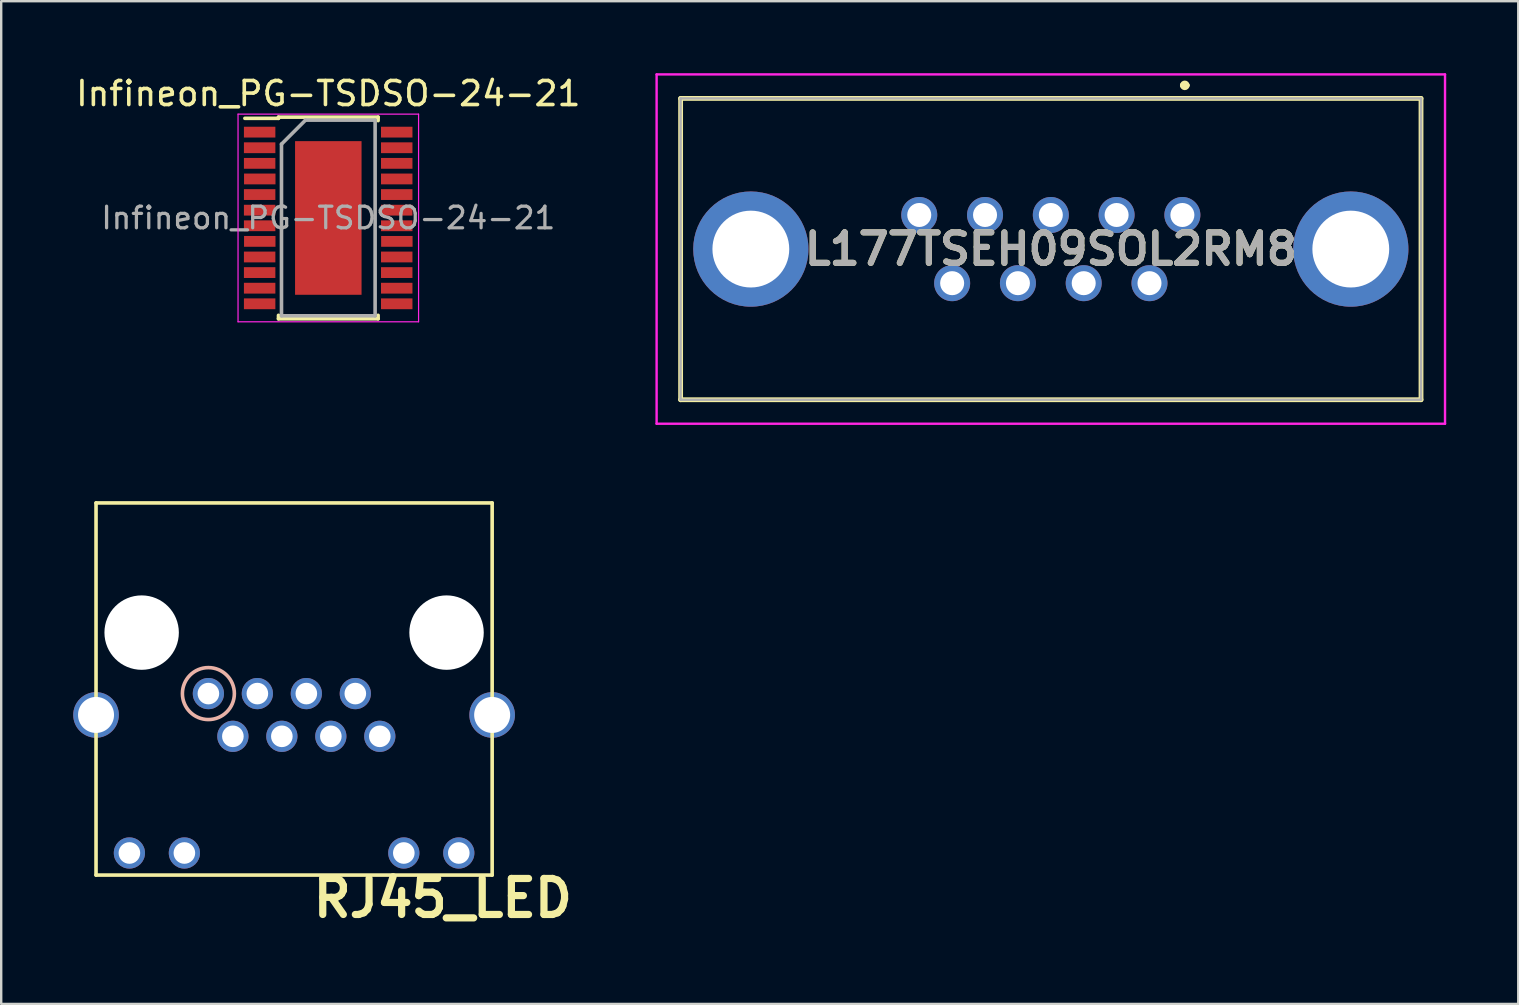
<source format=kicad_pcb>
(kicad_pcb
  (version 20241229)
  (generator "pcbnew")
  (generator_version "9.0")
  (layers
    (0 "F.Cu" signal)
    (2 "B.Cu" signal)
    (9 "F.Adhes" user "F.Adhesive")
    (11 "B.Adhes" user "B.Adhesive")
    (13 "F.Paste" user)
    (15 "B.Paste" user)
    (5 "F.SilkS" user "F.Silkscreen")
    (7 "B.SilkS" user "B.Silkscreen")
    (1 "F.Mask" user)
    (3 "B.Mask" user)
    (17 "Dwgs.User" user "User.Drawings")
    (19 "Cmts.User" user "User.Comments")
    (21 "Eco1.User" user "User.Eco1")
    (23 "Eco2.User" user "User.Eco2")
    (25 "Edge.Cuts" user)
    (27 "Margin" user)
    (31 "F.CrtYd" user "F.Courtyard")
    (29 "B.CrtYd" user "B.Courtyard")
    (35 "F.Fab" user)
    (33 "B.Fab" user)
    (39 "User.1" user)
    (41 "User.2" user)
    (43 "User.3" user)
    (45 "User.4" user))
  (footprint "Infineon_PG-TSDSO-24-21"
    (layer "F.Cu")
    (at 10.625 6.029)
    (property "Reference" "Infineon_PG-TSDSO-24-21" (at 0 -5.181 0) (layer "F.SilkS") (effects (font (size 1 1) (thickness 0.15))))
    (attr smd)
    (fp_line (start -2.075 -4.2) (end -2.075 -4.15) (stroke (width 0.15) (type solid)) (layer "F.SilkS"))
    (fp_line (start -2.075 -4.2) (end 2.075 -4.2) (stroke (width 0.15) (type solid)) (layer "F.SilkS"))
    (fp_line (start -2.075 -4.15) (end -3.475 -4.15) (stroke (width 0.15) (type solid)) (layer "F.SilkS"))
    (fp_line (start -2.075 4.2) (end -2.075 4.055) (stroke (width 0.15) (type solid)) (layer "F.SilkS"))
    (fp_line (start -2.075 4.2) (end 2.075 4.2) (stroke (width 0.15) (type solid)) (layer "F.SilkS"))
    (fp_line (start 2.075 -4.2) (end 2.075 -4.055) (stroke (width 0.15) (type solid)) (layer "F.SilkS"))
    (fp_line (start 2.075 4.2) (end 2.075 4.055) (stroke (width 0.15) (type solid)) (layer "F.SilkS"))
    (fp_line (start -3.76 -4.325) (end -3.76 4.325) (stroke (width 0.05) (type solid)) (layer "F.CrtYd"))
    (fp_line (start -3.76 -4.325) (end 3.76 -4.325) (stroke (width 0.05) (type solid)) (layer "F.CrtYd"))
    (fp_line (start -3.76 4.325) (end 3.76 4.325) (stroke (width 0.05) (type solid)) (layer "F.CrtYd"))
    (fp_line (start 3.76 -4.325) (end 3.76 4.325) (stroke (width 0.05) (type solid)) (layer "F.CrtYd"))
    (fp_line (start -1.95 -3.075) (end -0.95 -4.075) (stroke (width 0.15) (type solid)) (layer "F.Fab"))
    (fp_line (start -1.95 4.075) (end -1.95 -3.075) (stroke (width 0.15) (type solid)) (layer "F.Fab"))
    (fp_line (start -0.95 -4.075) (end 1.95 -4.075) (stroke (width 0.15) (type solid)) (layer "F.Fab"))
    (fp_line (start 1.95 -4.075) (end 1.95 4.075) (stroke (width 0.15) (type solid)) (layer "F.Fab"))
    (fp_line (start 1.95 4.075) (end -1.95 4.075) (stroke (width 0.15) (type solid)) (layer "F.Fab"))
    (fp_text user "${REFERENCE}" (at 0 0 0) (layer "F.Fab") (effects (font (size 0.9 0.9) (thickness 0.135))))
    (pad "" smd rect (at 0 -1.075) (size 2.65 1.85) (layers "F.Paste"))
    (pad "" smd rect (at 0 1.075) (size 2.65 1.85) (layers "F.Paste"))
    (pad "1" smd rect (at -2.86 -3.575) (size 1.31 0.45) (layers "F.Cu" "F.Mask" "F.Paste"))
    (pad "2" smd rect (at -2.86 -2.925) (size 1.31 0.45) (layers "F.Cu" "F.Mask" "F.Paste"))
    (pad "3" smd rect (at -2.86 -2.275) (size 1.31 0.45) (layers "F.Cu" "F.Mask" "F.Paste"))
    (pad "4" smd rect (at -2.855 -1.625) (size 1.31 0.45) (layers "F.Cu" "F.Mask" "F.Paste"))
    (pad "5" smd rect (at -2.86 -0.975) (size 1.31 0.45) (layers "F.Cu" "F.Mask" "F.Paste"))
    (pad "6" smd rect (at -2.86 -0.325) (size 1.31 0.45) (layers "F.Cu" "F.Mask" "F.Paste"))
    (pad "7" smd rect (at -2.86 0.325) (size 1.31 0.45) (layers "F.Cu" "F.Mask" "F.Paste"))
    (pad "8" smd rect (at -2.855 0.975) (size 1.31 0.45) (layers "F.Cu" "F.Mask" "F.Paste"))
    (pad "9" smd rect (at -2.86 1.625) (size 1.31 0.45) (layers "F.Cu" "F.Mask" "F.Paste"))
    (pad "10" smd rect (at -2.86 2.275) (size 1.31 0.45) (layers "F.Cu" "F.Mask" "F.Paste"))
    (pad "11" smd rect (at -2.86 2.925) (size 1.31 0.45) (layers "F.Cu" "F.Mask" "F.Paste"))
    (pad "12" smd rect (at -2.86 3.575) (size 1.31 0.45) (layers "F.Cu" "F.Mask" "F.Paste"))
    (pad "13" smd rect (at 2.85 3.575) (size 1.31 0.45) (layers "F.Cu" "F.Mask" "F.Paste"))
    (pad "14" smd rect (at 2.85 2.925) (size 1.31 0.45) (layers "F.Cu" "F.Mask" "F.Paste"))
    (pad "15" smd rect (at 2.85 2.275) (size 1.31 0.45) (layers "F.Cu" "F.Mask" "F.Paste"))
    (pad "16" smd rect (at 2.85 1.625) (size 1.31 0.45) (layers "F.Cu" "F.Mask" "F.Paste"))
    (pad "17" smd rect (at 2.855 0.975) (size 1.31 0.45) (layers "F.Cu" "F.Mask" "F.Paste"))
    (pad "18" smd rect (at 2.85 0.325) (size 1.31 0.45) (layers "F.Cu" "F.Mask" "F.Paste"))
    (pad "19" smd rect (at 2.85 -0.325) (size 1.31 0.45) (layers "F.Cu" "F.Mask" "F.Paste"))
    (pad "20" smd rect (at 2.85 -0.975) (size 1.31 0.45) (layers "F.Cu" "F.Mask" "F.Paste"))
    (pad "21" smd rect (at 2.85 -1.625) (size 1.31 0.45) (layers "F.Cu" "F.Mask" "F.Paste"))
    (pad "22" smd rect (at 2.85 -2.275) (size 1.31 0.45) (layers "F.Cu" "F.Mask" "F.Paste"))
    (pad "23" smd rect (at 2.85 -2.925) (size 1.31 0.45) (layers "F.Cu" "F.Mask" "F.Paste"))
    (pad "24" smd rect (at 2.85 -3.575) (size 1.31 0.45) (layers "F.Cu" "F.Mask" "F.Paste"))
    (pad "25" smd rect (at 0 0) (size 2.77 6.4) (layers "F.Cu" "F.Mask")))
  (footprint "RJ45_LED"
    (layer "F.Cu")
    (at 9.2 17.9)
    (property "Reference" "RJ45_LED" (at 6.194 16.462 0) (layer "F.SilkS") (effects (font (size 1.5 1.5) (thickness 0.3))))
    (attr through_hole)
    (fp_line (start -8.25 0) (end -8.25 15.5) (stroke (width 0.15) (type solid)) (layer "F.SilkS"))
    (fp_line (start -8.25 15.5) (end 8.25 15.5) (stroke (width 0.15) (type solid)) (layer "F.SilkS"))
    (fp_line (start 8.25 0) (end -8.25 0) (stroke (width 0.15) (type solid)) (layer "F.SilkS"))
    (fp_line (start 8.25 15.5) (end 8.25 0) (stroke (width 0.15) (type solid)) (layer "F.SilkS"))
    (fp_circle (center -3.57 7.94) (end -3.556 6.858) (stroke (width 0.15) (type solid)) (fill no) (layer "B.SilkS"))
    (pad "" np_thru_hole circle (at -6.35 5.4) (size 3.1 3.1) (drill 3.1) (layers "*.Cu" "*.Mask"))
    (pad "" np_thru_hole circle (at 6.35 5.4) (size 3.1 3.1) (drill 3.1) (layers "*.Cu" "*.Mask"))
    (pad "1" thru_hole circle (at -3.57 7.94) (size 1.3 1.3) (drill 0.9) (layers "*.Cu" "*.Mask"))
    (pad "2" thru_hole circle (at -2.55 9.72) (size 1.3 1.3) (drill 0.9) (layers "*.Cu" "*.Mask"))
    (pad "3" thru_hole circle (at -1.53 7.94) (size 1.3 1.3) (drill 0.9) (layers "*.Cu" "*.Mask"))
    (pad "4" thru_hole circle (at -0.51 9.72) (size 1.3 1.3) (drill 0.9) (layers "*.Cu" "*.Mask"))
    (pad "5" thru_hole circle (at 0.51 7.94) (size 1.3 1.3) (drill 0.9) (layers "*.Cu" "*.Mask"))
    (pad "6" thru_hole circle (at 1.53 9.72) (size 1.3 1.3) (drill 0.9) (layers "*.Cu" "*.Mask"))
    (pad "7" thru_hole circle (at 2.55 7.94) (size 1.3 1.3) (drill 0.9) (layers "*.Cu" "*.Mask"))
    (pad "8" thru_hole circle (at 3.57 9.72) (size 1.3 1.3) (drill 0.9) (layers "*.Cu" "*.Mask"))
    (pad "9" thru_hole circle (at 4.57 14.58) (size 1.3 1.3) (drill 0.9) (layers "*.Cu" "*.Mask"))
    (pad "10" thru_hole circle (at 6.86 14.58) (size 1.3 1.3) (drill 0.9) (layers "*.Cu" "*.Mask"))
    (pad "11" thru_hole circle (at -6.86 14.58) (size 1.3 1.3) (drill 0.9) (layers "*.Cu" "*.Mask"))
    (pad "12" thru_hole circle (at -4.57 14.58) (size 1.3 1.3) (drill 0.9) (layers "*.Cu" "*.Mask"))
    (pad "13" thru_hole circle (at -8.25 8.83) (size 1.9 1.9) (drill 1.5) (layers "*.Cu" "*.Mask"))
    (pad "13" thru_hole circle (at 8.25 8.83) (size 1.9 1.9) (drill 1.5) (layers "*.Cu" "*.Mask")))
  (footprint "L177TSEH09SOL2RM8"
    (layer "F.Cu")
    (at 46.2 5.905)
    (property "Reference" "L177TSEH09SOL2RM8" (at -5.48 1.42 0) (layer "F.SilkS") (effects (font (size 1.27 1.27) (thickness 0.254))))
    (attr through_hole)
    (fp_line (start -20.9 -4.855) (end 9.94 -4.855) (stroke (width 0.2) (type solid)) (layer "F.SilkS"))
    (fp_line (start -20.9 7.695) (end -20.9 -4.855) (stroke (width 0.2) (type solid)) (layer "F.SilkS"))
    (fp_line (start 0 -5.4) (end 0 -5.4) (stroke (width 0.2) (type solid)) (layer "F.SilkS"))
    (fp_line (start 0.2 -5.4) (end 0.2 -5.4) (stroke (width 0.2) (type solid)) (layer "F.SilkS"))
    (fp_line (start 9.94 -4.855) (end 9.94 7.695) (stroke (width 0.2) (type solid)) (layer "F.SilkS"))
    (fp_line (start 9.94 7.695) (end -20.9 7.695) (stroke (width 0.2) (type solid)) (layer "F.SilkS"))
    (fp_arc (start 0 -5.4) (mid 0.1 -5.5) (end 0.2 -5.4) (stroke (width 0.2) (type solid)) (layer "F.SilkS"))
    (fp_arc (start 0.2 -5.4) (mid 0.1 -5.3) (end 0 -5.4) (stroke (width 0.2) (type solid)) (layer "F.SilkS"))
    (fp_line (start -21.9 -5.855) (end 10.94 -5.855) (stroke (width 0.1) (type solid)) (layer "F.CrtYd"))
    (fp_line (start -21.9 8.695) (end -21.9 -5.855) (stroke (width 0.1) (type solid)) (layer "F.CrtYd"))
    (fp_line (start 10.94 -5.855) (end 10.94 8.695) (stroke (width 0.1) (type solid)) (layer "F.CrtYd"))
    (fp_line (start 10.94 8.695) (end -21.9 8.695) (stroke (width 0.1) (type solid)) (layer "F.CrtYd"))
    (fp_line (start -20.9 -4.855) (end 9.94 -4.855) (stroke (width 0.1) (type solid)) (layer "F.Fab"))
    (fp_line (start -20.9 7.695) (end -20.9 -4.855) (stroke (width 0.1) (type solid)) (layer "F.Fab"))
    (fp_line (start 9.94 -4.855) (end 9.94 7.695) (stroke (width 0.1) (type solid)) (layer "F.Fab"))
    (fp_line (start 9.94 7.695) (end -20.9 7.695) (stroke (width 0.1) (type solid)) (layer "F.Fab"))
    (fp_text user "${REFERENCE}" (at -5.48 1.42 0) (layer "F.Fab") (effects (font (size 1.27 1.27) (thickness 0.254))))
    (pad "1" thru_hole circle (at 0 0) (size 1.5 1.5) (drill 1) (layers "*.Cu" "*.Mask"))
    (pad "2" thru_hole circle (at -2.74 0) (size 1.5 1.5) (drill 1) (layers "*.Cu" "*.Mask"))
    (pad "3" thru_hole circle (at -5.48 0) (size 1.5 1.5) (drill 1) (layers "*.Cu" "*.Mask"))
    (pad "4" thru_hole circle (at -8.22 0) (size 1.5 1.5) (drill 1) (layers "*.Cu" "*.Mask"))
    (pad "5" thru_hole circle (at -10.96 0) (size 1.5 1.5) (drill 1) (layers "*.Cu" "*.Mask"))
    (pad "6" thru_hole circle (at -1.37 2.84) (size 1.5 1.5) (drill 1) (layers "*.Cu" "*.Mask"))
    (pad "7" thru_hole circle (at -4.11 2.84) (size 1.5 1.5) (drill 1) (layers "*.Cu" "*.Mask"))
    (pad "8" thru_hole circle (at -6.85 2.84) (size 1.5 1.5) (drill 1) (layers "*.Cu" "*.Mask"))
    (pad "9" thru_hole circle (at -9.59 2.84) (size 1.5 1.5) (drill 1) (layers "*.Cu" "*.Mask"))
    (pad "MH1" thru_hole circle (at 7.015 1.42) (size 4.8 4.8) (drill 3.2) (layers "*.Cu" "*.Mask"))
    (pad "MH2" thru_hole circle (at -17.975 1.42) (size 4.8 4.8) (drill 3.2) (layers "*.Cu" "*.Mask")))
  (gr_rect
    (start -3 -3)
    (end 60.19 38.766)
    (stroke (width 0.1) (type default))
    (fill no)
    (layer "Edge.Cuts")))
</source>
